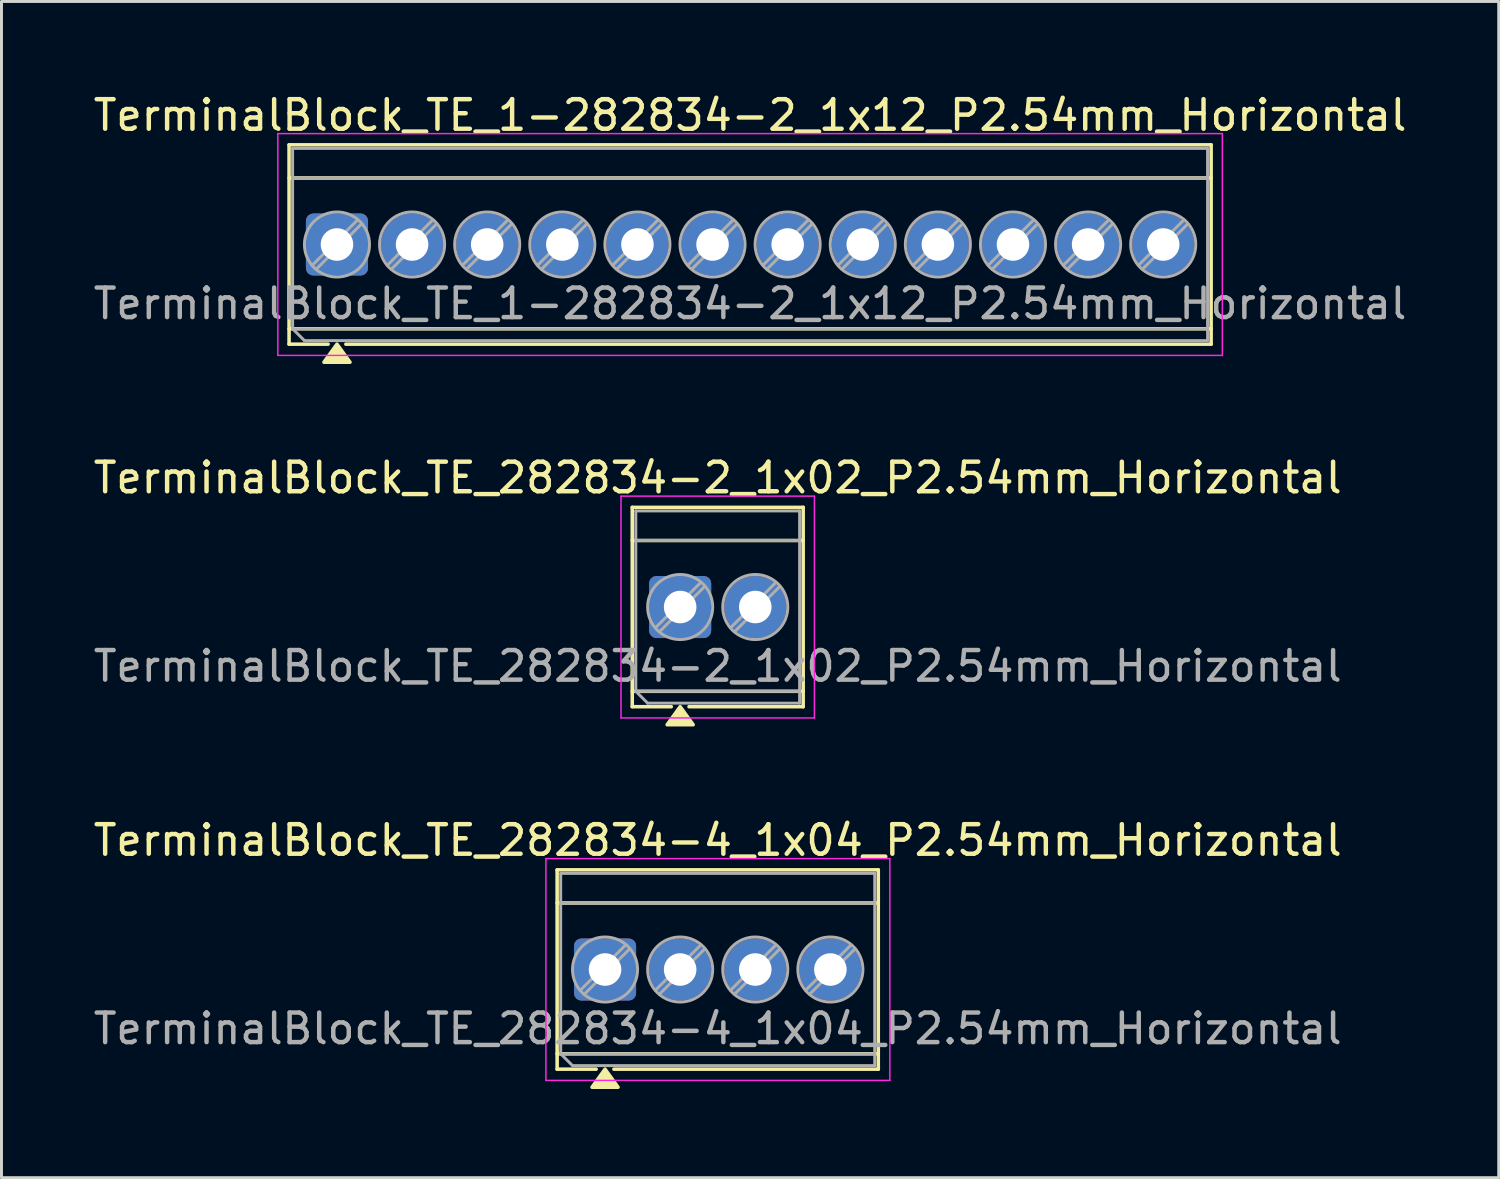
<source format=kicad_pcb>
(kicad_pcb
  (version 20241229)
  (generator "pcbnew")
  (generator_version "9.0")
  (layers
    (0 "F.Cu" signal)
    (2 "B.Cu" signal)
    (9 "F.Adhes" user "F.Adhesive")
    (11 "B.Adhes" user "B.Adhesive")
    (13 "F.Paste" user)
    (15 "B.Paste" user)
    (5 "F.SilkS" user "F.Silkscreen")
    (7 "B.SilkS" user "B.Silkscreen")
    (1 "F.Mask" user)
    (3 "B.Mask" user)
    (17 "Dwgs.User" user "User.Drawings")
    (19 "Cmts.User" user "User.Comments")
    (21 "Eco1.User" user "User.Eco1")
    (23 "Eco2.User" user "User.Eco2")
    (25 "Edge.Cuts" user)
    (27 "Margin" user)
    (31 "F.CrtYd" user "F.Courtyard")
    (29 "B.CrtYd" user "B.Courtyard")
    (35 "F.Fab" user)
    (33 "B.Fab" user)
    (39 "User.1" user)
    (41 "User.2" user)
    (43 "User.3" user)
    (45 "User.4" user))
  (footprint "TerminalBlock_TE_282834-2_1x02_P2.54mm_Horizontal"
    (layer "F.Cu")
    (at 19.95 17.477)
    (property "Reference" "TerminalBlock_TE_282834-2_1x02_P2.54mm_Horizontal" (at 1.27 -4.37 0) (layer "F.SilkS") (effects (font (size 1 1) (thickness 0.15))))
    (attr through_hole)
    (fp_line (start -1.62 -3.37) (end 4.16 -3.37) (stroke (width 0.12) (type solid)) (layer "F.SilkS"))
    (fp_line (start -1.62 -2.25) (end 4.16 -2.25) (stroke (width 0.12) (type solid)) (layer "F.SilkS"))
    (fp_line (start -1.62 2.85) (end 4.16 2.85) (stroke (width 0.12) (type solid)) (layer "F.SilkS"))
    (fp_line (start -1.62 3.37) (end -1.62 -3.37) (stroke (width 0.12) (type solid)) (layer "F.SilkS"))
    (fp_line (start -0.3 3.37) (end -1.62 3.37) (stroke (width 0.12) (type solid)) (layer "F.SilkS"))
    (fp_line (start 4.16 -3.37) (end 4.16 3.37) (stroke (width 0.12) (type solid)) (layer "F.SilkS"))
    (fp_line (start 4.16 3.37) (end 0.3 3.37) (stroke (width 0.12) (type solid)) (layer "F.SilkS"))
    (fp_poly (pts (xy 0 3.37) (xy 0.44 3.98) (xy -0.44 3.98)) (stroke (width 0.12) (type solid)) (fill yes) (layer "F.SilkS"))
    (fp_line (start -2 -3.75) (end -2 3.75) (stroke (width 0.05) (type solid)) (layer "F.CrtYd"))
    (fp_line (start -2 3.75) (end 4.54 3.75) (stroke (width 0.05) (type solid)) (layer "F.CrtYd"))
    (fp_line (start 4.54 -3.75) (end -2 -3.75) (stroke (width 0.05) (type solid)) (layer "F.CrtYd"))
    (fp_line (start 4.54 3.75) (end 4.54 -3.75) (stroke (width 0.05) (type solid)) (layer "F.CrtYd"))
    (fp_line (start -1.5 -3.25) (end 4.04 -3.25) (stroke (width 0.1) (type solid)) (layer "F.Fab"))
    (fp_line (start -1.5 -2.25) (end 4.04 -2.25) (stroke (width 0.1) (type solid)) (layer "F.Fab"))
    (fp_line (start -1.5 2.85) (end -1.5 -3.25) (stroke (width 0.1) (type solid)) (layer "F.Fab"))
    (fp_line (start -1.5 2.85) (end 4.04 2.85) (stroke (width 0.1) (type solid)) (layer "F.Fab"))
    (fp_line (start -1.1 3.25) (end -1.5 2.85) (stroke (width 0.1) (type solid)) (layer "F.Fab"))
    (fp_line (start 0.7 -0.834) (end -0.834 0.7) (stroke (width 0.1) (type solid)) (layer "F.Fab"))
    (fp_line (start 0.834 -0.7) (end -0.7 0.834) (stroke (width 0.1) (type solid)) (layer "F.Fab"))
    (fp_line (start 3.24 -0.834) (end 1.706 0.7) (stroke (width 0.1) (type solid)) (layer "F.Fab"))
    (fp_line (start 3.374 -0.7) (end 1.84 0.834) (stroke (width 0.1) (type solid)) (layer "F.Fab"))
    (fp_line (start 4.04 -3.25) (end 4.04 3.25) (stroke (width 0.1) (type solid)) (layer "F.Fab"))
    (fp_line (start 4.04 3.25) (end -1.1 3.25) (stroke (width 0.1) (type solid)) (layer "F.Fab"))
    (fp_circle (center 0 0) (end 1.1 0) (stroke (width 0.1) (type solid)) (fill no) (layer "F.Fab"))
    (fp_circle (center 2.54 0) (end 3.64 0) (stroke (width 0.1) (type solid)) (fill no) (layer "F.Fab"))
    (fp_text user "${REFERENCE}" (at 1.27 2 0) (layer "F.Fab") (effects (font (size 1 1) (thickness 0.15))))
    (pad "1" thru_hole roundrect (at 0 0) (size 2.1 2.1) (drill 1.1) (layers "*.Cu" "*.Mask") (roundrect_rratio 0.119))
    (pad "2" thru_hole circle (at 2.54 0) (size 2.1 2.1) (drill 1.1) (layers "*.Cu" "*.Mask")))
  (footprint "TerminalBlock_TE_1-282834-2_1x12_P2.54mm_Horizontal"
    (layer "F.Cu")
    (at 8.345 5.218)
    (property "Reference" "TerminalBlock_TE_1-282834-2_1x12_P2.54mm_Horizontal" (at 13.97 -4.37 0) (layer "F.SilkS") (effects (font (size 1 1) (thickness 0.15))))
    (attr through_hole)
    (fp_line (start -1.62 -3.37) (end 29.56 -3.37) (stroke (width 0.12) (type solid)) (layer "F.SilkS"))
    (fp_line (start -1.62 -2.25) (end 29.56 -2.25) (stroke (width 0.12) (type solid)) (layer "F.SilkS"))
    (fp_line (start -1.62 2.85) (end 29.56 2.85) (stroke (width 0.12) (type solid)) (layer "F.SilkS"))
    (fp_line (start -1.62 3.37) (end -1.62 -3.37) (stroke (width 0.12) (type solid)) (layer "F.SilkS"))
    (fp_line (start -0.3 3.37) (end -1.62 3.37) (stroke (width 0.12) (type solid)) (layer "F.SilkS"))
    (fp_line (start 29.56 -3.37) (end 29.56 3.37) (stroke (width 0.12) (type solid)) (layer "F.SilkS"))
    (fp_line (start 29.56 3.37) (end 0.3 3.37) (stroke (width 0.12) (type solid)) (layer "F.SilkS"))
    (fp_poly (pts (xy 0 3.37) (xy 0.44 3.98) (xy -0.44 3.98)) (stroke (width 0.12) (type solid)) (fill yes) (layer "F.SilkS"))
    (fp_line (start -2 -3.75) (end -2 3.75) (stroke (width 0.05) (type solid)) (layer "F.CrtYd"))
    (fp_line (start -2 3.75) (end 29.94 3.75) (stroke (width 0.05) (type solid)) (layer "F.CrtYd"))
    (fp_line (start 29.94 -3.75) (end -2 -3.75) (stroke (width 0.05) (type solid)) (layer "F.CrtYd"))
    (fp_line (start 29.94 3.75) (end 29.94 -3.75) (stroke (width 0.05) (type solid)) (layer "F.CrtYd"))
    (fp_line (start -1.5 -3.25) (end 29.44 -3.25) (stroke (width 0.1) (type solid)) (layer "F.Fab"))
    (fp_line (start -1.5 -2.25) (end 29.44 -2.25) (stroke (width 0.1) (type solid)) (layer "F.Fab"))
    (fp_line (start -1.5 2.85) (end -1.5 -3.25) (stroke (width 0.1) (type solid)) (layer "F.Fab"))
    (fp_line (start -1.5 2.85) (end 29.44 2.85) (stroke (width 0.1) (type solid)) (layer "F.Fab"))
    (fp_line (start -1.1 3.25) (end -1.5 2.85) (stroke (width 0.1) (type solid)) (layer "F.Fab"))
    (fp_line (start 0.7 -0.834) (end -0.834 0.7) (stroke (width 0.1) (type solid)) (layer "F.Fab"))
    (fp_line (start 0.834 -0.7) (end -0.7 0.834) (stroke (width 0.1) (type solid)) (layer "F.Fab"))
    (fp_line (start 3.24 -0.834) (end 1.706 0.7) (stroke (width 0.1) (type solid)) (layer "F.Fab"))
    (fp_line (start 3.374 -0.7) (end 1.84 0.834) (stroke (width 0.1) (type solid)) (layer "F.Fab"))
    (fp_line (start 5.78 -0.834) (end 4.246 0.7) (stroke (width 0.1) (type solid)) (layer "F.Fab"))
    (fp_line (start 5.914 -0.7) (end 4.38 0.834) (stroke (width 0.1) (type solid)) (layer "F.Fab"))
    (fp_line (start 8.32 -0.834) (end 6.786 0.7) (stroke (width 0.1) (type solid)) (layer "F.Fab"))
    (fp_line (start 8.454 -0.7) (end 6.92 0.834) (stroke (width 0.1) (type solid)) (layer "F.Fab"))
    (fp_line (start 10.86 -0.834) (end 9.326 0.7) (stroke (width 0.1) (type solid)) (layer "F.Fab"))
    (fp_line (start 10.994 -0.7) (end 9.46 0.834) (stroke (width 0.1) (type solid)) (layer "F.Fab"))
    (fp_line (start 13.4 -0.834) (end 11.866 0.7) (stroke (width 0.1) (type solid)) (layer "F.Fab"))
    (fp_line (start 13.534 -0.7) (end 12 0.834) (stroke (width 0.1) (type solid)) (layer "F.Fab"))
    (fp_line (start 15.94 -0.834) (end 14.406 0.7) (stroke (width 0.1) (type solid)) (layer "F.Fab"))
    (fp_line (start 16.074 -0.7) (end 14.54 0.834) (stroke (width 0.1) (type solid)) (layer "F.Fab"))
    (fp_line (start 18.48 -0.834) (end 16.946 0.7) (stroke (width 0.1) (type solid)) (layer "F.Fab"))
    (fp_line (start 18.614 -0.7) (end 17.08 0.834) (stroke (width 0.1) (type solid)) (layer "F.Fab"))
    (fp_line (start 21.02 -0.834) (end 19.486 0.7) (stroke (width 0.1) (type solid)) (layer "F.Fab"))
    (fp_line (start 21.154 -0.7) (end 19.62 0.834) (stroke (width 0.1) (type solid)) (layer "F.Fab"))
    (fp_line (start 23.56 -0.834) (end 22.026 0.7) (stroke (width 0.1) (type solid)) (layer "F.Fab"))
    (fp_line (start 23.694 -0.7) (end 22.16 0.834) (stroke (width 0.1) (type solid)) (layer "F.Fab"))
    (fp_line (start 26.1 -0.834) (end 24.566 0.7) (stroke (width 0.1) (type solid)) (layer "F.Fab"))
    (fp_line (start 26.234 -0.7) (end 24.7 0.834) (stroke (width 0.1) (type solid)) (layer "F.Fab"))
    (fp_line (start 28.64 -0.834) (end 27.106 0.7) (stroke (width 0.1) (type solid)) (layer "F.Fab"))
    (fp_line (start 28.774 -0.7) (end 27.24 0.834) (stroke (width 0.1) (type solid)) (layer "F.Fab"))
    (fp_line (start 29.44 -3.25) (end 29.44 3.25) (stroke (width 0.1) (type solid)) (layer "F.Fab"))
    (fp_line (start 29.44 3.25) (end -1.1 3.25) (stroke (width 0.1) (type solid)) (layer "F.Fab"))
    (fp_circle (center 0 0) (end 1.1 0) (stroke (width 0.1) (type solid)) (fill no) (layer "F.Fab"))
    (fp_circle (center 2.54 0) (end 3.64 0) (stroke (width 0.1) (type solid)) (fill no) (layer "F.Fab"))
    (fp_circle (center 5.08 0) (end 6.18 0) (stroke (width 0.1) (type solid)) (fill no) (layer "F.Fab"))
    (fp_circle (center 7.62 0) (end 8.72 0) (stroke (width 0.1) (type solid)) (fill no) (layer "F.Fab"))
    (fp_circle (center 10.16 0) (end 11.26 0) (stroke (width 0.1) (type solid)) (fill no) (layer "F.Fab"))
    (fp_circle (center 12.7 0) (end 13.8 0) (stroke (width 0.1) (type solid)) (fill no) (layer "F.Fab"))
    (fp_circle (center 15.24 0) (end 16.34 0) (stroke (width 0.1) (type solid)) (fill no) (layer "F.Fab"))
    (fp_circle (center 17.78 0) (end 18.88 0) (stroke (width 0.1) (type solid)) (fill no) (layer "F.Fab"))
    (fp_circle (center 20.32 0) (end 21.42 0) (stroke (width 0.1) (type solid)) (fill no) (layer "F.Fab"))
    (fp_circle (center 22.86 0) (end 23.96 0) (stroke (width 0.1) (type solid)) (fill no) (layer "F.Fab"))
    (fp_circle (center 25.4 0) (end 26.5 0) (stroke (width 0.1) (type solid)) (fill no) (layer "F.Fab"))
    (fp_circle (center 27.94 0) (end 29.04 0) (stroke (width 0.1) (type solid)) (fill no) (layer "F.Fab"))
    (fp_text user "${REFERENCE}" (at 13.97 2 0) (layer "F.Fab") (effects (font (size 1 1) (thickness 0.15))))
    (pad "1" thru_hole roundrect (at 0 0) (size 2.1 2.1) (drill 1.1) (layers "*.Cu" "*.Mask") (roundrect_rratio 0.119))
    (pad "2" thru_hole circle (at 2.54 0) (size 2.1 2.1) (drill 1.1) (layers "*.Cu" "*.Mask"))
    (pad "3" thru_hole circle (at 5.08 0) (size 2.1 2.1) (drill 1.1) (layers "*.Cu" "*.Mask"))
    (pad "4" thru_hole circle (at 7.62 0) (size 2.1 2.1) (drill 1.1) (layers "*.Cu" "*.Mask"))
    (pad "5" thru_hole circle (at 10.16 0) (size 2.1 2.1) (drill 1.1) (layers "*.Cu" "*.Mask"))
    (pad "6" thru_hole circle (at 12.7 0) (size 2.1 2.1) (drill 1.1) (layers "*.Cu" "*.Mask"))
    (pad "7" thru_hole circle (at 15.24 0) (size 2.1 2.1) (drill 1.1) (layers "*.Cu" "*.Mask"))
    (pad "8" thru_hole circle (at 17.78 0) (size 2.1 2.1) (drill 1.1) (layers "*.Cu" "*.Mask"))
    (pad "9" thru_hole circle (at 20.32 0) (size 2.1 2.1) (drill 1.1) (layers "*.Cu" "*.Mask"))
    (pad "10" thru_hole circle (at 22.86 0) (size 2.1 2.1) (drill 1.1) (layers "*.Cu" "*.Mask"))
    (pad "11" thru_hole circle (at 25.4 0) (size 2.1 2.1) (drill 1.1) (layers "*.Cu" "*.Mask"))
    (pad "12" thru_hole circle (at 27.94 0) (size 2.1 2.1) (drill 1.1) (layers "*.Cu" "*.Mask")))
  (footprint "TerminalBlock_TE_282834-4_1x04_P2.54mm_Horizontal"
    (layer "F.Cu")
    (at 17.41 29.735)
    (property "Reference" "TerminalBlock_TE_282834-4_1x04_P2.54mm_Horizontal" (at 3.81 -4.37 0) (layer "F.SilkS") (effects (font (size 1 1) (thickness 0.15))))
    (attr through_hole)
    (fp_line (start -1.62 -3.37) (end 9.24 -3.37) (stroke (width 0.12) (type solid)) (layer "F.SilkS"))
    (fp_line (start -1.62 -2.25) (end 9.24 -2.25) (stroke (width 0.12) (type solid)) (layer "F.SilkS"))
    (fp_line (start -1.62 2.85) (end 9.24 2.85) (stroke (width 0.12) (type solid)) (layer "F.SilkS"))
    (fp_line (start -1.62 3.37) (end -1.62 -3.37) (stroke (width 0.12) (type solid)) (layer "F.SilkS"))
    (fp_line (start -0.3 3.37) (end -1.62 3.37) (stroke (width 0.12) (type solid)) (layer "F.SilkS"))
    (fp_line (start 9.24 -3.37) (end 9.24 3.37) (stroke (width 0.12) (type solid)) (layer "F.SilkS"))
    (fp_line (start 9.24 3.37) (end 0.3 3.37) (stroke (width 0.12) (type solid)) (layer "F.SilkS"))
    (fp_poly (pts (xy 0 3.37) (xy 0.44 3.98) (xy -0.44 3.98)) (stroke (width 0.12) (type solid)) (fill yes) (layer "F.SilkS"))
    (fp_line (start -2 -3.75) (end -2 3.75) (stroke (width 0.05) (type solid)) (layer "F.CrtYd"))
    (fp_line (start -2 3.75) (end 9.63 3.75) (stroke (width 0.05) (type solid)) (layer "F.CrtYd"))
    (fp_line (start 9.63 -3.75) (end -2 -3.75) (stroke (width 0.05) (type solid)) (layer "F.CrtYd"))
    (fp_line (start 9.63 3.75) (end 9.63 -3.75) (stroke (width 0.05) (type solid)) (layer "F.CrtYd"))
    (fp_line (start -1.5 -3.25) (end 9.12 -3.25) (stroke (width 0.1) (type solid)) (layer "F.Fab"))
    (fp_line (start -1.5 -2.25) (end 9.12 -2.25) (stroke (width 0.1) (type solid)) (layer "F.Fab"))
    (fp_line (start -1.5 2.85) (end -1.5 -3.25) (stroke (width 0.1) (type solid)) (layer "F.Fab"))
    (fp_line (start -1.5 2.85) (end 9.12 2.85) (stroke (width 0.1) (type solid)) (layer "F.Fab"))
    (fp_line (start -1.1 3.25) (end -1.5 2.85) (stroke (width 0.1) (type solid)) (layer "F.Fab"))
    (fp_line (start 0.7 -0.834) (end -0.834 0.7) (stroke (width 0.1) (type solid)) (layer "F.Fab"))
    (fp_line (start 0.834 -0.7) (end -0.7 0.834) (stroke (width 0.1) (type solid)) (layer "F.Fab"))
    (fp_line (start 3.24 -0.834) (end 1.706 0.7) (stroke (width 0.1) (type solid)) (layer "F.Fab"))
    (fp_line (start 3.374 -0.7) (end 1.84 0.834) (stroke (width 0.1) (type solid)) (layer "F.Fab"))
    (fp_line (start 5.78 -0.834) (end 4.246 0.7) (stroke (width 0.1) (type solid)) (layer "F.Fab"))
    (fp_line (start 5.914 -0.7) (end 4.38 0.834) (stroke (width 0.1) (type solid)) (layer "F.Fab"))
    (fp_line (start 8.32 -0.834) (end 6.786 0.7) (stroke (width 0.1) (type solid)) (layer "F.Fab"))
    (fp_line (start 8.454 -0.7) (end 6.92 0.834) (stroke (width 0.1) (type solid)) (layer "F.Fab"))
    (fp_line (start 9.12 -3.25) (end 9.12 3.25) (stroke (width 0.1) (type solid)) (layer "F.Fab"))
    (fp_line (start 9.12 3.25) (end -1.1 3.25) (stroke (width 0.1) (type solid)) (layer "F.Fab"))
    (fp_circle (center 0 0) (end 1.1 0) (stroke (width 0.1) (type solid)) (fill no) (layer "F.Fab"))
    (fp_circle (center 2.54 0) (end 3.64 0) (stroke (width 0.1) (type solid)) (fill no) (layer "F.Fab"))
    (fp_circle (center 5.08 0) (end 6.18 0) (stroke (width 0.1) (type solid)) (fill no) (layer "F.Fab"))
    (fp_circle (center 7.62 0) (end 8.72 0) (stroke (width 0.1) (type solid)) (fill no) (layer "F.Fab"))
    (fp_text user "${REFERENCE}" (at 3.81 2 0) (layer "F.Fab") (effects (font (size 1 1) (thickness 0.15))))
    (pad "1" thru_hole roundrect (at 0 0) (size 2.1 2.1) (drill 1.1) (layers "*.Cu" "*.Mask") (roundrect_rratio 0.119))
    (pad "2" thru_hole circle (at 2.54 0) (size 2.1 2.1) (drill 1.1) (layers "*.Cu" "*.Mask"))
    (pad "3" thru_hole circle (at 5.08 0) (size 2.1 2.1) (drill 1.1) (layers "*.Cu" "*.Mask"))
    (pad "4" thru_hole circle (at 7.62 0) (size 2.1 2.1) (drill 1.1) (layers "*.Cu" "*.Mask")))
  (gr_rect
    (start -3 -3)
    (end 47.631 36.775)
    (stroke (width 0.1) (type default))
    (fill no)
    (layer "Edge.Cuts")))
</source>
